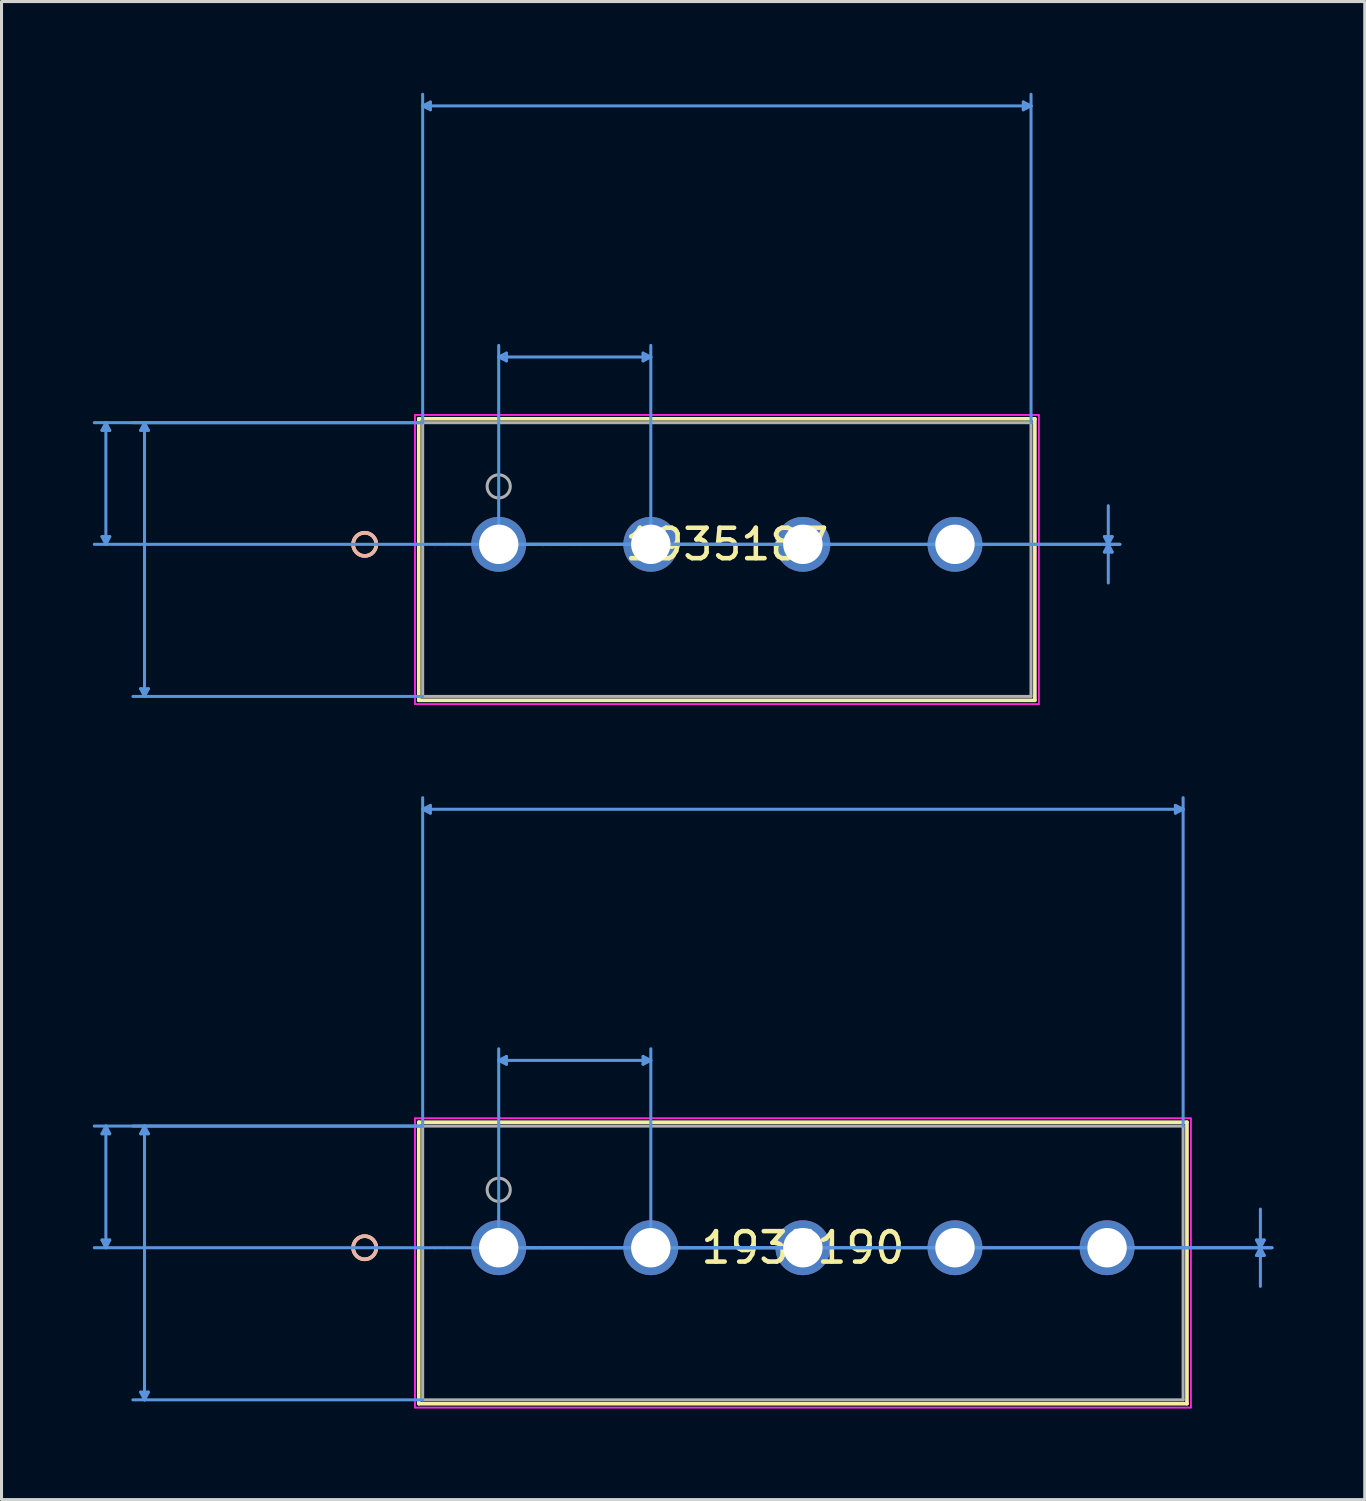
<source format=kicad_pcb>
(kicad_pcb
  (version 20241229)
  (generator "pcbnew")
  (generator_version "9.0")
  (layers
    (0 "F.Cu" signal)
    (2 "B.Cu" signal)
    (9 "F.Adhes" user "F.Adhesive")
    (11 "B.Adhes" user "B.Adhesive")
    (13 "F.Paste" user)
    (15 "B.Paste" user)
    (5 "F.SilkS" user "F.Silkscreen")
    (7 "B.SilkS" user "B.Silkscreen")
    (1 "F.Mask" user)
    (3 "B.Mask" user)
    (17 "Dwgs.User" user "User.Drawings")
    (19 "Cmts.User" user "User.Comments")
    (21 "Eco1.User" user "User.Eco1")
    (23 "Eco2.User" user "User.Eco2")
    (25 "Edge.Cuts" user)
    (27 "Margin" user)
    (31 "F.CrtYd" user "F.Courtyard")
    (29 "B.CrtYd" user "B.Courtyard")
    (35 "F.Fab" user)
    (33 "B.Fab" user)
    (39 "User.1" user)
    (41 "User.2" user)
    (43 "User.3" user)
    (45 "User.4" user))
  (footprint "1935187"
    (layer "F.Cu")
    (at 13.345 14.845)
    (property "Reference" "1935187" (at 7.5 0 0) (layer "F.SilkS") (effects (font (size 1 1) (thickness 0.15))))
    (attr through_hole)
    (fp_line (start -2.627 -4.127) (end -2.627 5.127) (stroke (width 0.12) (type solid)) (layer "F.SilkS"))
    (fp_line (start -2.627 5.127) (end 17.627 5.127) (stroke (width 0.12) (type solid)) (layer "F.SilkS"))
    (fp_line (start 17.627 -4.127) (end -2.627 -4.127) (stroke (width 0.12) (type solid)) (layer "F.SilkS"))
    (fp_line (start 17.627 5.127) (end 17.627 -4.127) (stroke (width 0.12) (type solid)) (layer "F.SilkS"))
    (fp_circle (center -4.405 0) (end -4.024 0) (stroke (width 0.12) (type solid)) (fill no) (layer "F.SilkS"))
    (fp_circle (center -4.405 0) (end -4.024 0) (stroke (width 0.12) (type solid)) (fill no) (layer "B.SilkS"))
    (fp_line (start -13.041 -3.746) (end -12.787 -3.746) (stroke (width 0.1) (type solid)) (layer "Cmts.User"))
    (fp_line (start -13.041 -0.254) (end -12.787 -0.254) (stroke (width 0.1) (type solid)) (layer "Cmts.User"))
    (fp_line (start -12.914 -4) (end -13.041 -3.746) (stroke (width 0.1) (type solid)) (layer "Cmts.User"))
    (fp_line (start -12.914 -4) (end -12.914 0) (stroke (width 0.1) (type solid)) (layer "Cmts.User"))
    (fp_line (start -12.914 -4) (end -12.787 -3.746) (stroke (width 0.1) (type solid)) (layer "Cmts.User"))
    (fp_line (start -12.914 0) (end -13.041 -0.254) (stroke (width 0.1) (type solid)) (layer "Cmts.User"))
    (fp_line (start -12.914 0) (end -12.787 -0.254) (stroke (width 0.1) (type solid)) (layer "Cmts.User"))
    (fp_line (start -11.771 -3.746) (end -11.517 -3.746) (stroke (width 0.1) (type solid)) (layer "Cmts.User"))
    (fp_line (start -11.771 4.746) (end -11.517 4.746) (stroke (width 0.1) (type solid)) (layer "Cmts.User"))
    (fp_line (start -11.644 -4) (end -11.771 -3.746) (stroke (width 0.1) (type solid)) (layer "Cmts.User"))
    (fp_line (start -11.644 -4) (end -11.644 5) (stroke (width 0.1) (type solid)) (layer "Cmts.User"))
    (fp_line (start -11.644 -4) (end -11.517 -3.746) (stroke (width 0.1) (type solid)) (layer "Cmts.User"))
    (fp_line (start -11.644 5) (end -11.771 4.746) (stroke (width 0.1) (type solid)) (layer "Cmts.User"))
    (fp_line (start -11.644 5) (end -11.517 4.746) (stroke (width 0.1) (type solid)) (layer "Cmts.User"))
    (fp_line (start -2.5 -14.414) (end -2.246 -14.541) (stroke (width 0.1) (type solid)) (layer "Cmts.User"))
    (fp_line (start -2.5 -14.414) (end -2.246 -14.287) (stroke (width 0.1) (type solid)) (layer "Cmts.User"))
    (fp_line (start -2.5 -14.414) (end 17.5 -14.414) (stroke (width 0.1) (type solid)) (layer "Cmts.User"))
    (fp_line (start -2.5 -4) (end -13.295 -4) (stroke (width 0.1) (type solid)) (layer "Cmts.User"))
    (fp_line (start -2.5 -4) (end -12.025 -4) (stroke (width 0.1) (type solid)) (layer "Cmts.User"))
    (fp_line (start -2.5 -4) (end -2.5 -14.795) (stroke (width 0.1) (type solid)) (layer "Cmts.User"))
    (fp_line (start -2.5 5) (end -12.025 5) (stroke (width 0.1) (type solid)) (layer "Cmts.User"))
    (fp_line (start -2.246 -14.541) (end -2.246 -14.287) (stroke (width 0.1) (type solid)) (layer "Cmts.User"))
    (fp_line (start 0 -6.159) (end 0.254 -6.286) (stroke (width 0.1) (type solid)) (layer "Cmts.User"))
    (fp_line (start 0 -6.159) (end 0.254 -6.032) (stroke (width 0.1) (type solid)) (layer "Cmts.User"))
    (fp_line (start 0 -6.159) (end 5 -6.159) (stroke (width 0.1) (type solid)) (layer "Cmts.User"))
    (fp_line (start 0 0) (end 0 -6.54) (stroke (width 0.1) (type solid)) (layer "Cmts.User"))
    (fp_line (start 0 0) (end 20.421 0) (stroke (width 0.1) (type solid)) (layer "Cmts.User"))
    (fp_line (start 0 0) (end 20.421 0) (stroke (width 0.1) (type solid)) (layer "Cmts.User"))
    (fp_line (start 0.254 -6.286) (end 0.254 -6.032) (stroke (width 0.1) (type solid)) (layer "Cmts.User"))
    (fp_line (start 4.746 -6.286) (end 4.746 -6.032) (stroke (width 0.1) (type solid)) (layer "Cmts.User"))
    (fp_line (start 5 -6.159) (end 4.746 -6.286) (stroke (width 0.1) (type solid)) (layer "Cmts.User"))
    (fp_line (start 5 -6.159) (end 4.746 -6.032) (stroke (width 0.1) (type solid)) (layer "Cmts.User"))
    (fp_line (start 5 0) (end 5 -6.54) (stroke (width 0.1) (type solid)) (layer "Cmts.User"))
    (fp_line (start 7.5 0) (end -13.295 0) (stroke (width 0.1) (type solid)) (layer "Cmts.User"))
    (fp_line (start 17.246 -14.541) (end 17.246 -14.287) (stroke (width 0.1) (type solid)) (layer "Cmts.User"))
    (fp_line (start 17.5 -14.414) (end 17.246 -14.541) (stroke (width 0.1) (type solid)) (layer "Cmts.User"))
    (fp_line (start 17.5 -14.414) (end 17.246 -14.287) (stroke (width 0.1) (type solid)) (layer "Cmts.User"))
    (fp_line (start 17.5 -4) (end 17.5 -14.795) (stroke (width 0.1) (type solid)) (layer "Cmts.User"))
    (fp_line (start 19.913 -0.254) (end 20.167 -0.254) (stroke (width 0.1) (type solid)) (layer "Cmts.User"))
    (fp_line (start 19.913 0.254) (end 20.167 0.254) (stroke (width 0.1) (type solid)) (layer "Cmts.User"))
    (fp_line (start 20.04 0) (end 19.913 -0.254) (stroke (width 0.1) (type solid)) (layer "Cmts.User"))
    (fp_line (start 20.04 0) (end 19.913 0.254) (stroke (width 0.1) (type solid)) (layer "Cmts.User"))
    (fp_line (start 20.04 0) (end 20.04 -1.27) (stroke (width 0.1) (type solid)) (layer "Cmts.User"))
    (fp_line (start 20.04 0) (end 20.04 1.27) (stroke (width 0.1) (type solid)) (layer "Cmts.User"))
    (fp_line (start 20.04 0) (end 20.167 -0.254) (stroke (width 0.1) (type solid)) (layer "Cmts.User"))
    (fp_line (start 20.04 0) (end 20.167 0.254) (stroke (width 0.1) (type solid)) (layer "Cmts.User"))
    (fp_line (start -2.754 -4.254) (end -2.754 5.254) (stroke (width 0.05) (type solid)) (layer "F.CrtYd"))
    (fp_line (start -2.754 -4.254) (end -2.754 5.254) (stroke (width 0.05) (type solid)) (layer "F.CrtYd"))
    (fp_line (start -2.754 5.254) (end 17.754 5.254) (stroke (width 0.05) (type solid)) (layer "F.CrtYd"))
    (fp_line (start -2.754 5.254) (end 17.754 5.254) (stroke (width 0.05) (type solid)) (layer "F.CrtYd"))
    (fp_line (start 17.754 -4.254) (end -2.754 -4.254) (stroke (width 0.05) (type solid)) (layer "F.CrtYd"))
    (fp_line (start 17.754 -4.254) (end -2.754 -4.254) (stroke (width 0.05) (type solid)) (layer "F.CrtYd"))
    (fp_line (start 17.754 5.254) (end 17.754 -4.254) (stroke (width 0.05) (type solid)) (layer "F.CrtYd"))
    (fp_line (start 17.754 5.254) (end 17.754 -4.254) (stroke (width 0.05) (type solid)) (layer "F.CrtYd"))
    (fp_line (start -2.5 -4) (end -2.5 5) (stroke (width 0.1) (type solid)) (layer "F.Fab"))
    (fp_line (start -2.5 5) (end 17.5 5) (stroke (width 0.1) (type solid)) (layer "F.Fab"))
    (fp_line (start 17.5 -4) (end -2.5 -4) (stroke (width 0.1) (type solid)) (layer "F.Fab"))
    (fp_line (start 17.5 5) (end 17.5 -4) (stroke (width 0.1) (type solid)) (layer "F.Fab"))
    (fp_circle (center 0 -1.905) (end 0.381 -1.905) (stroke (width 0.1) (type solid)) (fill no) (layer "F.Fab"))
    (fp_text user "*" (at 0 0 0) (layer "F.SilkS") (effects (font (size 1 1) (thickness 0.15))))
    (fp_text user "Copyright 2021 Accelerated Designs. All rights reserved." (at 0 0 0) (layer "Cmts.User") (effects (font (size 0.127 0.127) (thickness 0.002))))
    (fp_text user "*" (at 0 0 0) (layer "F.Fab") (effects (font (size 1 1) (thickness 0.15))))
    (pad "1" thru_hole circle (at 0 0) (size 1.803 1.803) (drill 1.295) (layers "*.Cu" "*.Mask"))
    (pad "2" thru_hole circle (at 5 0) (size 1.803 1.803) (drill 1.295) (layers "*.Cu" "*.Mask"))
    (pad "3" thru_hole circle (at 10 0) (size 1.803 1.803) (drill 1.295) (layers "*.Cu" "*.Mask"))
    (pad "4" thru_hole circle (at 15 0) (size 1.803 1.803) (drill 1.295) (layers "*.Cu" "*.Mask")))
  (footprint "1935190"
    (layer "F.Cu")
    (at 13.345 37.969)
    (property "Reference" "1935190" (at 10 0 0) (layer "F.SilkS") (effects (font (size 1 1) (thickness 0.15))))
    (attr through_hole)
    (fp_line (start -2.627 -4.127) (end -2.627 5.127) (stroke (width 0.12) (type solid)) (layer "F.SilkS"))
    (fp_line (start -2.627 5.127) (end 22.627 5.127) (stroke (width 0.12) (type solid)) (layer "F.SilkS"))
    (fp_line (start 22.627 -4.127) (end -2.627 -4.127) (stroke (width 0.12) (type solid)) (layer "F.SilkS"))
    (fp_line (start 22.627 5.127) (end 22.627 -4.127) (stroke (width 0.12) (type solid)) (layer "F.SilkS"))
    (fp_circle (center -4.405 0) (end -4.024 0) (stroke (width 0.12) (type solid)) (fill no) (layer "F.SilkS"))
    (fp_circle (center -4.405 0) (end -4.024 0) (stroke (width 0.12) (type solid)) (fill no) (layer "B.SilkS"))
    (fp_line (start -13.041 -3.746) (end -12.787 -3.746) (stroke (width 0.1) (type solid)) (layer "Cmts.User"))
    (fp_line (start -13.041 -0.254) (end -12.787 -0.254) (stroke (width 0.1) (type solid)) (layer "Cmts.User"))
    (fp_line (start -12.914 -4) (end -13.041 -3.746) (stroke (width 0.1) (type solid)) (layer "Cmts.User"))
    (fp_line (start -12.914 -4) (end -12.914 0) (stroke (width 0.1) (type solid)) (layer "Cmts.User"))
    (fp_line (start -12.914 -4) (end -12.787 -3.746) (stroke (width 0.1) (type solid)) (layer "Cmts.User"))
    (fp_line (start -12.914 0) (end -13.041 -0.254) (stroke (width 0.1) (type solid)) (layer "Cmts.User"))
    (fp_line (start -12.914 0) (end -12.787 -0.254) (stroke (width 0.1) (type solid)) (layer "Cmts.User"))
    (fp_line (start -11.771 -3.746) (end -11.517 -3.746) (stroke (width 0.1) (type solid)) (layer "Cmts.User"))
    (fp_line (start -11.771 4.746) (end -11.517 4.746) (stroke (width 0.1) (type solid)) (layer "Cmts.User"))
    (fp_line (start -11.644 -4) (end -11.771 -3.746) (stroke (width 0.1) (type solid)) (layer "Cmts.User"))
    (fp_line (start -11.644 -4) (end -11.644 5) (stroke (width 0.1) (type solid)) (layer "Cmts.User"))
    (fp_line (start -11.644 -4) (end -11.517 -3.746) (stroke (width 0.1) (type solid)) (layer "Cmts.User"))
    (fp_line (start -11.644 5) (end -11.771 4.746) (stroke (width 0.1) (type solid)) (layer "Cmts.User"))
    (fp_line (start -11.644 5) (end -11.517 4.746) (stroke (width 0.1) (type solid)) (layer "Cmts.User"))
    (fp_line (start -2.5 -14.414) (end -2.246 -14.541) (stroke (width 0.1) (type solid)) (layer "Cmts.User"))
    (fp_line (start -2.5 -14.414) (end -2.246 -14.287) (stroke (width 0.1) (type solid)) (layer "Cmts.User"))
    (fp_line (start -2.5 -14.414) (end 22.5 -14.414) (stroke (width 0.1) (type solid)) (layer "Cmts.User"))
    (fp_line (start -2.5 -4) (end -13.295 -4) (stroke (width 0.1) (type solid)) (layer "Cmts.User"))
    (fp_line (start -2.5 -4) (end -12.025 -4) (stroke (width 0.1) (type solid)) (layer "Cmts.User"))
    (fp_line (start -2.5 -4) (end -2.5 -14.795) (stroke (width 0.1) (type solid)) (layer "Cmts.User"))
    (fp_line (start -2.5 5) (end -12.025 5) (stroke (width 0.1) (type solid)) (layer "Cmts.User"))
    (fp_line (start -2.246 -14.541) (end -2.246 -14.287) (stroke (width 0.1) (type solid)) (layer "Cmts.User"))
    (fp_line (start 0 -6.159) (end 0.254 -6.286) (stroke (width 0.1) (type solid)) (layer "Cmts.User"))
    (fp_line (start 0 -6.159) (end 0.254 -6.032) (stroke (width 0.1) (type solid)) (layer "Cmts.User"))
    (fp_line (start 0 -6.159) (end 5 -6.159) (stroke (width 0.1) (type solid)) (layer "Cmts.User"))
    (fp_line (start 0 0) (end 0 -6.54) (stroke (width 0.1) (type solid)) (layer "Cmts.User"))
    (fp_line (start 0 0) (end 25.421 0) (stroke (width 0.1) (type solid)) (layer "Cmts.User"))
    (fp_line (start 0 0) (end 25.421 0) (stroke (width 0.1) (type solid)) (layer "Cmts.User"))
    (fp_line (start 0.254 -6.286) (end 0.254 -6.032) (stroke (width 0.1) (type solid)) (layer "Cmts.User"))
    (fp_line (start 4.746 -6.286) (end 4.746 -6.032) (stroke (width 0.1) (type solid)) (layer "Cmts.User"))
    (fp_line (start 5 -6.159) (end 4.746 -6.286) (stroke (width 0.1) (type solid)) (layer "Cmts.User"))
    (fp_line (start 5 -6.159) (end 4.746 -6.032) (stroke (width 0.1) (type solid)) (layer "Cmts.User"))
    (fp_line (start 5 0) (end 5 -6.54) (stroke (width 0.1) (type solid)) (layer "Cmts.User"))
    (fp_line (start 10 0) (end -13.295 0) (stroke (width 0.1) (type solid)) (layer "Cmts.User"))
    (fp_line (start 22.246 -14.541) (end 22.246 -14.287) (stroke (width 0.1) (type solid)) (layer "Cmts.User"))
    (fp_line (start 22.5 -14.414) (end 22.246 -14.541) (stroke (width 0.1) (type solid)) (layer "Cmts.User"))
    (fp_line (start 22.5 -14.414) (end 22.246 -14.287) (stroke (width 0.1) (type solid)) (layer "Cmts.User"))
    (fp_line (start 22.5 -4) (end 22.5 -14.795) (stroke (width 0.1) (type solid)) (layer "Cmts.User"))
    (fp_line (start 24.913 -0.254) (end 25.167 -0.254) (stroke (width 0.1) (type solid)) (layer "Cmts.User"))
    (fp_line (start 24.913 0.254) (end 25.167 0.254) (stroke (width 0.1) (type solid)) (layer "Cmts.User"))
    (fp_line (start 25.04 0) (end 24.913 -0.254) (stroke (width 0.1) (type solid)) (layer "Cmts.User"))
    (fp_line (start 25.04 0) (end 24.913 0.254) (stroke (width 0.1) (type solid)) (layer "Cmts.User"))
    (fp_line (start 25.04 0) (end 25.04 -1.27) (stroke (width 0.1) (type solid)) (layer "Cmts.User"))
    (fp_line (start 25.04 0) (end 25.04 1.27) (stroke (width 0.1) (type solid)) (layer "Cmts.User"))
    (fp_line (start 25.04 0) (end 25.167 -0.254) (stroke (width 0.1) (type solid)) (layer "Cmts.User"))
    (fp_line (start 25.04 0) (end 25.167 0.254) (stroke (width 0.1) (type solid)) (layer "Cmts.User"))
    (fp_line (start -2.754 -4.254) (end -2.754 5.254) (stroke (width 0.05) (type solid)) (layer "F.CrtYd"))
    (fp_line (start -2.754 -4.254) (end -2.754 5.254) (stroke (width 0.05) (type solid)) (layer "F.CrtYd"))
    (fp_line (start -2.754 5.254) (end 22.754 5.254) (stroke (width 0.05) (type solid)) (layer "F.CrtYd"))
    (fp_line (start -2.754 5.254) (end 22.754 5.254) (stroke (width 0.05) (type solid)) (layer "F.CrtYd"))
    (fp_line (start 22.754 -4.254) (end -2.754 -4.254) (stroke (width 0.05) (type solid)) (layer "F.CrtYd"))
    (fp_line (start 22.754 -4.254) (end -2.754 -4.254) (stroke (width 0.05) (type solid)) (layer "F.CrtYd"))
    (fp_line (start 22.754 5.254) (end 22.754 -4.254) (stroke (width 0.05) (type solid)) (layer "F.CrtYd"))
    (fp_line (start 22.754 5.254) (end 22.754 -4.254) (stroke (width 0.05) (type solid)) (layer "F.CrtYd"))
    (fp_line (start -2.5 -4) (end -2.5 5) (stroke (width 0.1) (type solid)) (layer "F.Fab"))
    (fp_line (start -2.5 5) (end 22.5 5) (stroke (width 0.1) (type solid)) (layer "F.Fab"))
    (fp_line (start 22.5 -4) (end -2.5 -4) (stroke (width 0.1) (type solid)) (layer "F.Fab"))
    (fp_line (start 22.5 5) (end 22.5 -4) (stroke (width 0.1) (type solid)) (layer "F.Fab"))
    (fp_circle (center 0 -1.905) (end 0.381 -1.905) (stroke (width 0.1) (type solid)) (fill no) (layer "F.Fab"))
    (fp_text user "*" (at 0 0 0) (layer "F.SilkS") (effects (font (size 1 1) (thickness 0.15))))
    (fp_text user "Copyright 2021 Accelerated Designs. All rights reserved." (at 0 0 0) (layer "Cmts.User") (effects (font (size 0.127 0.127) (thickness 0.002))))
    (fp_text user "*" (at 0 0 0) (layer "F.Fab") (effects (font (size 1 1) (thickness 0.15))))
    (pad "1" thru_hole circle (at 0 0) (size 1.803 1.803) (drill 1.295) (layers "*.Cu" "*.Mask"))
    (pad "2" thru_hole circle (at 5 0) (size 1.803 1.803) (drill 1.295) (layers "*.Cu" "*.Mask"))
    (pad "3" thru_hole circle (at 10 0) (size 1.803 1.803) (drill 1.295) (layers "*.Cu" "*.Mask"))
    (pad "4" thru_hole circle (at 15 0) (size 1.803 1.803) (drill 1.295) (layers "*.Cu" "*.Mask"))
    (pad "5" thru_hole circle (at 20 0) (size 1.803 1.803) (drill 1.295) (layers "*.Cu" "*.Mask")))
  (gr_rect
    (start -3 -3)
    (end 41.816 46.248)
    (stroke (width 0.1) (type default))
    (fill no)
    (layer "Edge.Cuts")))
</source>
